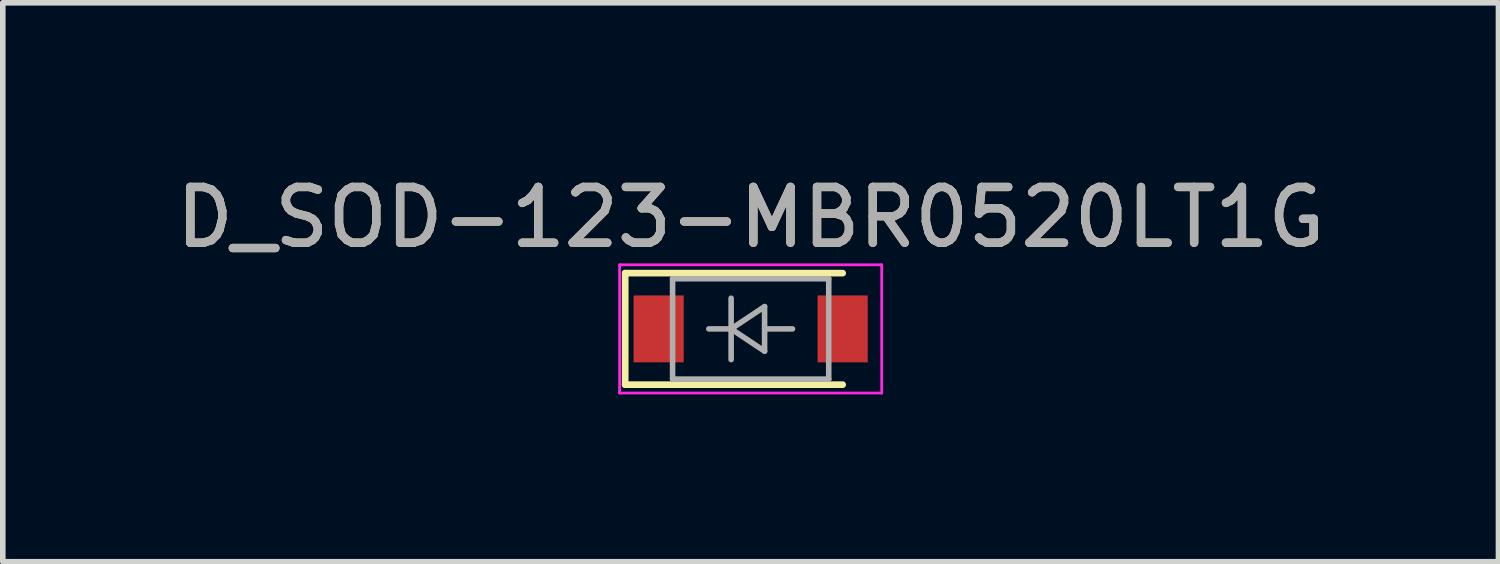
<source format=kicad_pcb>
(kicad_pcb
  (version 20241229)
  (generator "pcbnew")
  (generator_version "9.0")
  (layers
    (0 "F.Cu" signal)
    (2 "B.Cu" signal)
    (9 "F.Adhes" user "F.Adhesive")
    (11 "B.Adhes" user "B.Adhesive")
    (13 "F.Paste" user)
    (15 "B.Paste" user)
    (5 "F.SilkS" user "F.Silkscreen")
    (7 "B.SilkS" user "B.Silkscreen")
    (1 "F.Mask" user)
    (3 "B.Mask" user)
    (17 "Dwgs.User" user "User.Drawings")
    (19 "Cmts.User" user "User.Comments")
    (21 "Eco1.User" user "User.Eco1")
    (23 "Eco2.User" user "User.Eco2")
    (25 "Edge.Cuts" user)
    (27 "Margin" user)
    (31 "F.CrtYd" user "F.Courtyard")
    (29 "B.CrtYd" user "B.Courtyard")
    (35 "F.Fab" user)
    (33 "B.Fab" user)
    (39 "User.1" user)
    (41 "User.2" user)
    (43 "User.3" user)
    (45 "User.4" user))
  (footprint "D_SOD-123-MBR0520LT1G"
    (layer "F.Cu")
    (at 10.411 2.848)
    (property "Reference" "D_SOD-123-MBR0520LT1G" (at 0 -2 0) (layer "F.SilkS") (effects (font (size 1 1) (thickness 0.15))))
    (attr smd)
    (fp_line (start -2.25 -1) (end -2.25 1) (stroke (width 0.12) (type solid)) (layer "F.SilkS"))
    (fp_line (start -2.25 -1) (end 1.65 -1) (stroke (width 0.12) (type solid)) (layer "F.SilkS"))
    (fp_line (start -2.25 1) (end 1.65 1) (stroke (width 0.12) (type solid)) (layer "F.SilkS"))
    (fp_line (start -2.35 -1.15) (end -2.35 1.15) (stroke (width 0.05) (type solid)) (layer "F.CrtYd"))
    (fp_line (start -2.35 -1.15) (end 2.35 -1.15) (stroke (width 0.05) (type solid)) (layer "F.CrtYd"))
    (fp_line (start 2.35 -1.15) (end 2.35 1.15) (stroke (width 0.05) (type solid)) (layer "F.CrtYd"))
    (fp_line (start 2.35 1.15) (end -2.35 1.15) (stroke (width 0.05) (type solid)) (layer "F.CrtYd"))
    (fp_line (start -1.4 -0.9) (end 1.4 -0.9) (stroke (width 0.1) (type solid)) (layer "F.Fab"))
    (fp_line (start -1.4 0.9) (end -1.4 -0.9) (stroke (width 0.1) (type solid)) (layer "F.Fab"))
    (fp_line (start -0.75 0) (end -0.35 0) (stroke (width 0.1) (type solid)) (layer "F.Fab"))
    (fp_line (start -0.35 0) (end -0.35 -0.55) (stroke (width 0.1) (type solid)) (layer "F.Fab"))
    (fp_line (start -0.35 0) (end -0.35 0.55) (stroke (width 0.1) (type solid)) (layer "F.Fab"))
    (fp_line (start -0.35 0) (end 0.25 -0.4) (stroke (width 0.1) (type solid)) (layer "F.Fab"))
    (fp_line (start 0.25 -0.4) (end 0.25 0.4) (stroke (width 0.1) (type solid)) (layer "F.Fab"))
    (fp_line (start 0.25 0) (end 0.75 0) (stroke (width 0.1) (type solid)) (layer "F.Fab"))
    (fp_line (start 0.25 0.4) (end -0.35 0) (stroke (width 0.1) (type solid)) (layer "F.Fab"))
    (fp_line (start 1.4 -0.9) (end 1.4 0.9) (stroke (width 0.1) (type solid)) (layer "F.Fab"))
    (fp_line (start 1.4 0.9) (end -1.4 0.9) (stroke (width 0.1) (type solid)) (layer "F.Fab"))
    (fp_text user "${REFERENCE}" (at 0 -2 0) (layer "F.Fab") (effects (font (size 1 1) (thickness 0.15))))
    (pad "1" smd rect (at -1.65 0) (size 0.9 1.2) (layers "F.Cu" "F.Mask" "F.Paste"))
    (pad "2" smd rect (at 1.65 0) (size 0.9 1.2) (layers "F.Cu" "F.Mask" "F.Paste")))
  (gr_rect
    (start -3 -3)
    (end 23.821 7.023)
    (stroke (width 0.1) (type default))
    (fill no)
    (layer "Edge.Cuts")))
</source>
